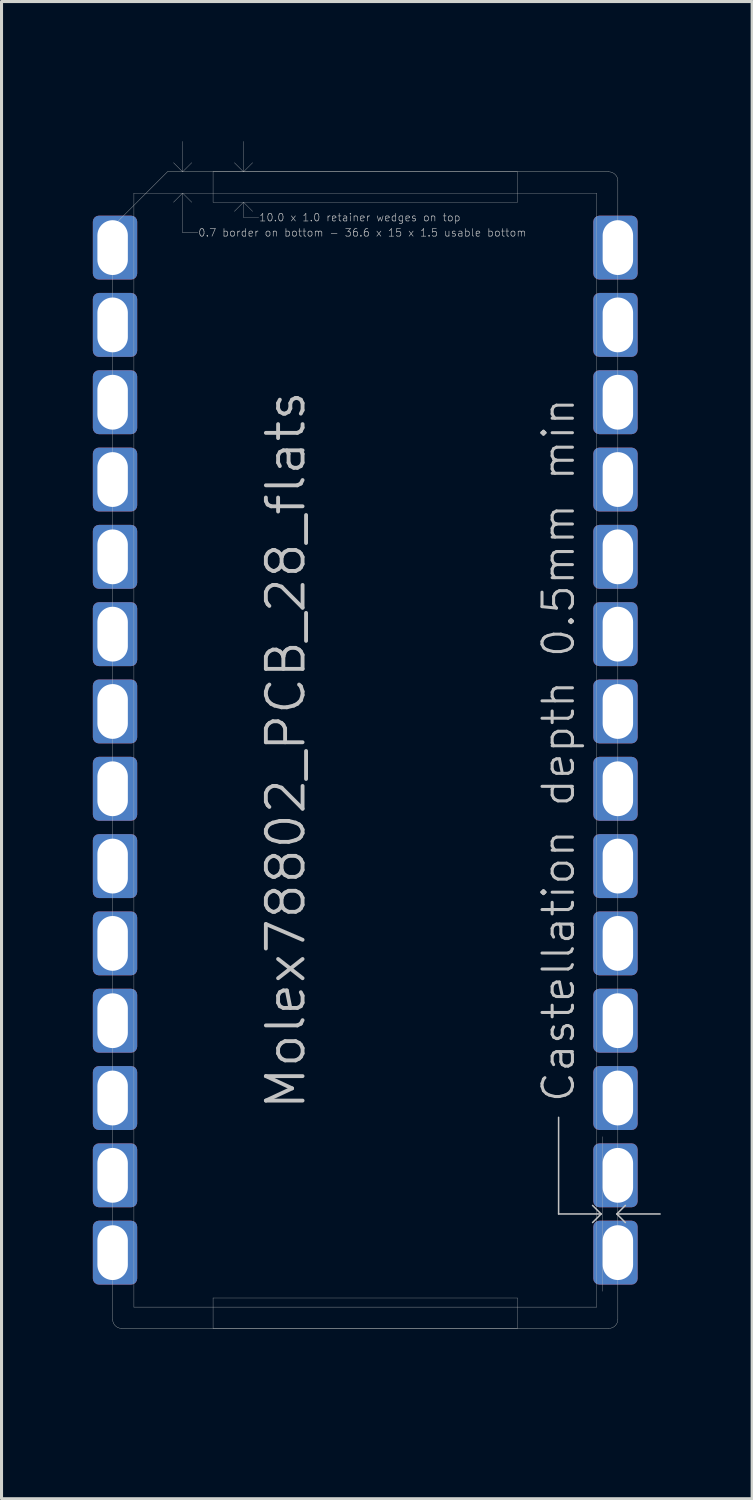
<source format=kicad_pcb>
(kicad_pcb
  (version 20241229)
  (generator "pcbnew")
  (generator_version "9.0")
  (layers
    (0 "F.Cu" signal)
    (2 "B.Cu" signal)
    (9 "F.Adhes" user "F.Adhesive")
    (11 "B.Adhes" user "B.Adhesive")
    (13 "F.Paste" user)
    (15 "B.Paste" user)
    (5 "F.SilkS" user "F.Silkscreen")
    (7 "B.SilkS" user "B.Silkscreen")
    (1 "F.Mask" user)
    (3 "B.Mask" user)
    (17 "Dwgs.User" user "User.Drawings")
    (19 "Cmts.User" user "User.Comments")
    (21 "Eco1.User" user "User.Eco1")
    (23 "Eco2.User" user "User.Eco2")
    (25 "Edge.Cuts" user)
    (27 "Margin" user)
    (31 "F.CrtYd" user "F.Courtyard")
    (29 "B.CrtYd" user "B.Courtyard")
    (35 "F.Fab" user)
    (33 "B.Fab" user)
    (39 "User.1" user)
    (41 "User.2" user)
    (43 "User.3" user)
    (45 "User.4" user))
  (footprint "Molex78802_PCB_28_flats"
    (layer "F.Cu")
    (at 8.95 21.595)
    (property "Reference" "Molex78802_PCB_28_flats" (at -1.905 0 270) (layer "Dwgs.User") (effects (font (size 1.206 1.206) (thickness 0.127)) (justify bottom)))
    (attr exclude_from_pos_files exclude_from_bom)
    (fp_line (start -8.3 -16.91) (end -8.3 -16.11) (stroke (width 1.2) (type solid)) (layer "F.Mask"))
    (fp_line (start -8.3 -14.37) (end -8.3 -13.57) (stroke (width 1.2) (type solid)) (layer "F.Mask"))
    (fp_line (start -8.3 -11.83) (end -8.3 -11.03) (stroke (width 1.2) (type solid)) (layer "F.Mask"))
    (fp_line (start -8.3 -9.29) (end -8.3 -8.49) (stroke (width 1.2) (type solid)) (layer "F.Mask"))
    (fp_line (start -8.3 -6.75) (end -8.3 -5.95) (stroke (width 1.2) (type solid)) (layer "F.Mask"))
    (fp_line (start -8.3 -4.21) (end -8.3 -3.41) (stroke (width 1.2) (type solid)) (layer "F.Mask"))
    (fp_line (start -8.3 -1.67) (end -8.3 -0.87) (stroke (width 1.2) (type solid)) (layer "F.Mask"))
    (fp_line (start -8.3 0.87) (end -8.3 1.67) (stroke (width 1.2) (type solid)) (layer "F.Mask"))
    (fp_line (start -8.3 3.41) (end -8.3 4.21) (stroke (width 1.2) (type solid)) (layer "F.Mask"))
    (fp_line (start -8.3 5.95) (end -8.3 6.75) (stroke (width 1.2) (type solid)) (layer "F.Mask"))
    (fp_line (start -8.3 8.49) (end -8.3 9.29) (stroke (width 1.2) (type solid)) (layer "F.Mask"))
    (fp_line (start -8.3 11.03) (end -8.3 11.83) (stroke (width 1.2) (type solid)) (layer "F.Mask"))
    (fp_line (start -8.3 13.57) (end -8.3 14.37) (stroke (width 1.2) (type solid)) (layer "F.Mask"))
    (fp_line (start -8.3 16.11) (end -8.3 16.91) (stroke (width 1.2) (type solid)) (layer "F.Mask"))
    (fp_line (start 8.3 -16.91) (end 8.3 -16.11) (stroke (width 1.2) (type solid)) (layer "F.Mask"))
    (fp_line (start 8.3 -14.37) (end 8.3 -13.57) (stroke (width 1.2) (type solid)) (layer "F.Mask"))
    (fp_line (start 8.3 -11.83) (end 8.3 -11.03) (stroke (width 1.2) (type solid)) (layer "F.Mask"))
    (fp_line (start 8.3 -9.29) (end 8.3 -8.49) (stroke (width 1.2) (type solid)) (layer "F.Mask"))
    (fp_line (start 8.3 -6.75) (end 8.3 -5.95) (stroke (width 1.2) (type solid)) (layer "F.Mask"))
    (fp_line (start 8.3 -4.21) (end 8.3 -3.41) (stroke (width 1.2) (type solid)) (layer "F.Mask"))
    (fp_line (start 8.3 -1.67) (end 8.3 -0.87) (stroke (width 1.2) (type solid)) (layer "F.Mask"))
    (fp_line (start 8.3 0.87) (end 8.3 1.67) (stroke (width 1.2) (type solid)) (layer "F.Mask"))
    (fp_line (start 8.3 3.41) (end 8.3 4.21) (stroke (width 1.2) (type solid)) (layer "F.Mask"))
    (fp_line (start 8.3 5.95) (end 8.3 6.75) (stroke (width 1.2) (type solid)) (layer "F.Mask"))
    (fp_line (start 8.3 8.49) (end 8.3 9.29) (stroke (width 1.2) (type solid)) (layer "F.Mask"))
    (fp_line (start 8.3 11.03) (end 8.3 11.83) (stroke (width 1.2) (type solid)) (layer "F.Mask"))
    (fp_line (start 8.3 13.57) (end 8.3 14.37) (stroke (width 1.2) (type solid)) (layer "F.Mask"))
    (fp_line (start 8.3 16.11) (end 8.3 16.91) (stroke (width 1.2) (type solid)) (layer "F.Mask"))
    (fp_line (start -8.3 -16.91) (end -8.3 -16.11) (stroke (width 1.2) (type solid)) (layer "B.Mask"))
    (fp_line (start -8.3 -14.37) (end -8.3 -13.57) (stroke (width 1.2) (type solid)) (layer "B.Mask"))
    (fp_line (start -8.3 -11.83) (end -8.3 -11.03) (stroke (width 1.2) (type solid)) (layer "B.Mask"))
    (fp_line (start -8.3 -9.29) (end -8.3 -8.49) (stroke (width 1.2) (type solid)) (layer "B.Mask"))
    (fp_line (start -8.3 -6.75) (end -8.3 -5.95) (stroke (width 1.2) (type solid)) (layer "B.Mask"))
    (fp_line (start -8.3 -4.21) (end -8.3 -3.41) (stroke (width 1.2) (type solid)) (layer "B.Mask"))
    (fp_line (start -8.3 -1.67) (end -8.3 -0.87) (stroke (width 1.2) (type solid)) (layer "B.Mask"))
    (fp_line (start -8.3 0.87) (end -8.3 1.67) (stroke (width 1.2) (type solid)) (layer "B.Mask"))
    (fp_line (start -8.3 3.41) (end -8.3 4.21) (stroke (width 1.2) (type solid)) (layer "B.Mask"))
    (fp_line (start -8.3 5.95) (end -8.3 6.75) (stroke (width 1.2) (type solid)) (layer "B.Mask"))
    (fp_line (start -8.3 8.49) (end -8.3 9.29) (stroke (width 1.2) (type solid)) (layer "B.Mask"))
    (fp_line (start -8.3 11.03) (end -8.3 11.83) (stroke (width 1.2) (type solid)) (layer "B.Mask"))
    (fp_line (start -8.3 13.57) (end -8.3 14.37) (stroke (width 1.2) (type solid)) (layer "B.Mask"))
    (fp_line (start -8.3 16.11) (end -8.3 16.91) (stroke (width 1.2) (type solid)) (layer "B.Mask"))
    (fp_line (start 8.3 -16.91) (end 8.3 -16.11) (stroke (width 1.2) (type solid)) (layer "B.Mask"))
    (fp_line (start 8.3 -14.37) (end 8.3 -13.57) (stroke (width 1.2) (type solid)) (layer "B.Mask"))
    (fp_line (start 8.3 -11.83) (end 8.3 -11.03) (stroke (width 1.2) (type solid)) (layer "B.Mask"))
    (fp_line (start 8.3 -9.29) (end 8.3 -8.49) (stroke (width 1.2) (type solid)) (layer "B.Mask"))
    (fp_line (start 8.3 -6.75) (end 8.3 -5.95) (stroke (width 1.2) (type solid)) (layer "B.Mask"))
    (fp_line (start 8.3 -4.21) (end 8.3 -3.41) (stroke (width 1.2) (type solid)) (layer "B.Mask"))
    (fp_line (start 8.3 -1.67) (end 8.3 -0.87) (stroke (width 1.2) (type solid)) (layer "B.Mask"))
    (fp_line (start 8.3 0.87) (end 8.3 1.67) (stroke (width 1.2) (type solid)) (layer "B.Mask"))
    (fp_line (start 8.3 3.41) (end 8.3 4.21) (stroke (width 1.2) (type solid)) (layer "B.Mask"))
    (fp_line (start 8.3 5.95) (end 8.3 6.75) (stroke (width 1.2) (type solid)) (layer "B.Mask"))
    (fp_line (start 8.3 8.49) (end 8.3 9.29) (stroke (width 1.2) (type solid)) (layer "B.Mask"))
    (fp_line (start 8.3 11.03) (end 8.3 11.83) (stroke (width 1.2) (type solid)) (layer "B.Mask"))
    (fp_line (start 8.3 13.57) (end 8.3 14.37) (stroke (width 1.2) (type solid)) (layer "B.Mask"))
    (fp_line (start 8.3 16.11) (end 8.3 16.91) (stroke (width 1.2) (type solid)) (layer "B.Mask"))
    (fp_line (start -7.6 -18.3) (end -7.6 18.3) (stroke (width 0.01) (type solid)) (layer "Dwgs.User"))
    (fp_line (start -7.6 -18.3) (end 7.6 -18.3) (stroke (width 0.01) (type solid)) (layer "Dwgs.User"))
    (fp_line (start -7.6 18.3) (end 7.6 18.3) (stroke (width 0.01) (type solid)) (layer "Dwgs.User"))
    (fp_line (start -6 -19) (end -6.3 -19.3) (stroke (width 0.01) (type solid)) (layer "Dwgs.User"))
    (fp_line (start -6 -19) (end -6 -20) (stroke (width 0.01) (type solid)) (layer "Dwgs.User"))
    (fp_line (start -6 -19) (end -5.7 -19.3) (stroke (width 0.01) (type solid)) (layer "Dwgs.User"))
    (fp_line (start -6 -18.3) (end -6.3 -18) (stroke (width 0.01) (type solid)) (layer "Dwgs.User"))
    (fp_line (start -6 -18.3) (end -6 -17) (stroke (width 0.01) (type solid)) (layer "Dwgs.User"))
    (fp_line (start -6 -18.3) (end -5.7 -18) (stroke (width 0.01) (type solid)) (layer "Dwgs.User"))
    (fp_line (start -6 -17) (end -5.5 -17) (stroke (width 0.01) (type solid)) (layer "Dwgs.User"))
    (fp_line (start -5 -19) (end -5 -18) (stroke (width 0.01) (type solid)) (layer "Dwgs.User"))
    (fp_line (start -5 -18) (end 5 -18) (stroke (width 0.01) (type solid)) (layer "Dwgs.User"))
    (fp_line (start -5 18) (end -5 19) (stroke (width 0.01) (type solid)) (layer "Dwgs.User"))
    (fp_line (start -5 18) (end 5 18) (stroke (width 0.01) (type solid)) (layer "Dwgs.User"))
    (fp_line (start -5 19) (end 5 19) (stroke (width 0.01) (type solid)) (layer "Dwgs.User"))
    (fp_line (start -4 -19) (end -4.3 -19.3) (stroke (width 0.01) (type solid)) (layer "Dwgs.User"))
    (fp_line (start -4 -19) (end -4 -20) (stroke (width 0.01) (type solid)) (layer "Dwgs.User"))
    (fp_line (start -4 -19) (end -3.7 -19.3) (stroke (width 0.01) (type solid)) (layer "Dwgs.User"))
    (fp_line (start -4 -18) (end -4.3 -17.7) (stroke (width 0.01) (type solid)) (layer "Dwgs.User"))
    (fp_line (start -4 -18) (end -4 -17.5) (stroke (width 0.01) (type solid)) (layer "Dwgs.User"))
    (fp_line (start -4 -18) (end -3.7 -17.7) (stroke (width 0.01) (type solid)) (layer "Dwgs.User"))
    (fp_line (start -4 -17.5) (end -3.5 -17.5) (stroke (width 0.01) (type solid)) (layer "Dwgs.User"))
    (fp_line (start 5 -19) (end -5 -19) (stroke (width 0.01) (type solid)) (layer "Dwgs.User"))
    (fp_line (start 5 -18) (end 5 -19) (stroke (width 0.01) (type solid)) (layer "Dwgs.User"))
    (fp_line (start 5 19) (end 5 18) (stroke (width 0.01) (type solid)) (layer "Dwgs.User"))
    (fp_line (start 6.353 12.065) (end 6.353 15.24) (stroke (width 0.05) (type solid)) (layer "Dwgs.User"))
    (fp_line (start 6.353 15.24) (end 7.75 15.24) (stroke (width 0.05) (type solid)) (layer "Dwgs.User"))
    (fp_line (start 7.47 14.96) (end 7.75 15.24) (stroke (width 0.05) (type solid)) (layer "Dwgs.User"))
    (fp_line (start 7.6 -18.3) (end 7.6 18.3) (stroke (width 0.01) (type solid)) (layer "Dwgs.User"))
    (fp_line (start 7.75 15.24) (end 7.47 15.52) (stroke (width 0.05) (type solid)) (layer "Dwgs.User"))
    (fp_line (start 7.8 17.78) (end 7.8 12.7) (stroke (width 0.01) (type solid)) (layer "Dwgs.User"))
    (fp_line (start 8.265 15.24) (end 8.545 15.52) (stroke (width 0.05) (type solid)) (layer "Dwgs.User"))
    (fp_line (start 8.29 15.24) (end 9.687 15.24) (stroke (width 0.05) (type solid)) (layer "Dwgs.User"))
    (fp_line (start 8.545 14.96) (end 8.265 15.24) (stroke (width 0.05) (type solid)) (layer "Dwgs.User"))
    (fp_line (start -8.26 -19.05) (end -0.762 -19.05) (stroke (width 0.01) (type solid)) (layer "Eco1.User"))
    (fp_line (start -8.26 19.05) (end -8.26 -19.05) (stroke (width 0.01) (type solid)) (layer "Eco1.User"))
    (fp_line (start -8.26 19.05) (end -4.559 19.05) (stroke (width 0.01) (type solid)) (layer "Eco1.User"))
    (fp_line (start -4.559 19.05) (end -4.559 21.59) (stroke (width 0.01) (type solid)) (layer "Eco1.User"))
    (fp_line (start -4.559 21.59) (end -3.035 21.59) (stroke (width 0.01) (type solid)) (layer "Eco1.User"))
    (fp_line (start -3.035 21.59) (end -3.035 19.05) (stroke (width 0.01) (type solid)) (layer "Eco1.User"))
    (fp_line (start -0.762 -21.59) (end 0.762 -21.59) (stroke (width 0.01) (type solid)) (layer "Eco1.User"))
    (fp_line (start -0.762 -19.05) (end -0.762 -21.59) (stroke (width 0.01) (type solid)) (layer "Eco1.User"))
    (fp_line (start 0.762 -21.59) (end 0.762 -19.05) (stroke (width 0.01) (type solid)) (layer "Eco1.User"))
    (fp_line (start 0.762 -19.05) (end 8.26 -19.05) (stroke (width 0.01) (type solid)) (layer "Eco1.User"))
    (fp_line (start 3.035 19.05) (end -3.035 19.05) (stroke (width 0.01) (type solid)) (layer "Eco1.User"))
    (fp_line (start 3.035 21.59) (end 3.035 19.05) (stroke (width 0.01) (type solid)) (layer "Eco1.User"))
    (fp_line (start 4.559 19.05) (end 4.559 21.59) (stroke (width 0.01) (type solid)) (layer "Eco1.User"))
    (fp_line (start 4.559 19.05) (end 8.26 19.05) (stroke (width 0.01) (type solid)) (layer "Eco1.User"))
    (fp_line (start 4.559 21.59) (end 3.035 21.59) (stroke (width 0.01) (type solid)) (layer "Eco1.User"))
    (fp_line (start 8.26 19.05) (end 8.26 -19.05) (stroke (width 0.01) (type solid)) (layer "Eco1.User"))
    (fp_line (start -8.3 -17.2) (end -8.3 18.7) (stroke (width 0.01) (type solid)) (layer "Edge.Cuts"))
    (fp_line (start -8 19) (end 8 19) (stroke (width 0.01) (type solid)) (layer "Edge.Cuts"))
    (fp_line (start -6.5 -19) (end -8.3 -17.2) (stroke (width 0.01) (type solid)) (layer "Edge.Cuts"))
    (fp_line (start 8 -19) (end -6.5 -19) (stroke (width 0.01) (type solid)) (layer "Edge.Cuts"))
    (fp_line (start 8.3 18.7) (end 8.3 -18.7) (stroke (width 0.01) (type solid)) (layer "Edge.Cuts"))
    (fp_arc (start -8 19) (mid -8.212132 18.912132) (end -8.3 18.7) (stroke (width 0.01) (type solid)) (layer "Edge.Cuts"))
    (fp_arc (start 8 -19) (mid 8.212132 -18.912132) (end 8.3 -18.7) (stroke (width 0.01) (type solid)) (layer "Edge.Cuts"))
    (fp_arc (start 8.3 18.7) (mid 8.212132 18.912132) (end 8 19) (stroke (width 0.01) (type solid)) (layer "Edge.Cuts"))
    (fp_text user "10.0 x 1.0 retainer wedges on top" (at -3.5 -17.5 0) (layer "Dwgs.User") (effects (font (size 0.25 0.25) (thickness 0.02)) (justify left)))
    (fp_text user "0.7 border on bottom - 36.6 x 15 x 1.5 usable bottom" (at -5.5 -17 0) (layer "Dwgs.User") (effects (font (size 0.25 0.25) (thickness 0.02)) (justify left)))
    (fp_text user "Castellation depth 0.5mm min" (at 6.35 0 270) (layer "Dwgs.User") (effects (font (size 1 1) (thickness 0.1))))
    (fp_text user "Eco1.User alternate Edge.Cuts for use without carrier." (at -4.445 0 270) (layer "Eco1.User") (effects (font (size 0.8 0.8) (thickness 0.05))))
    (pad "1" thru_hole roundrect (at -8.3 -16.51) (size 1.457 2.1) (drill oval 1 1.8 (offset 0.079 0)) (property pad_prop_castellated) (layers "*.Cu") (roundrect_rratio 0.137))
    (pad "2" thru_hole roundrect (at -8.3 -13.97) (size 1.457 2.1) (drill oval 1 1.8 (offset 0.079 0)) (property pad_prop_castellated) (layers "*.Cu") (roundrect_rratio 0.137))
    (pad "3" thru_hole roundrect (at -8.3 -11.43) (size 1.457 2.1) (drill oval 1 1.8 (offset 0.079 0)) (property pad_prop_castellated) (layers "*.Cu") (roundrect_rratio 0.137))
    (pad "4" thru_hole roundrect (at -8.3 -8.89) (size 1.457 2.1) (drill oval 1 1.8 (offset 0.079 0)) (property pad_prop_castellated) (layers "*.Cu") (roundrect_rratio 0.137))
    (pad "5" thru_hole roundrect (at -8.3 -6.35) (size 1.457 2.1) (drill oval 1 1.8 (offset 0.079 0)) (property pad_prop_castellated) (layers "*.Cu") (roundrect_rratio 0.137))
    (pad "6" thru_hole roundrect (at -8.3 -3.81) (size 1.457 2.1) (drill oval 1 1.8 (offset 0.079 0)) (property pad_prop_castellated) (layers "*.Cu") (roundrect_rratio 0.137))
    (pad "7" thru_hole roundrect (at -8.3 -1.27) (size 1.457 2.1) (drill oval 1 1.8 (offset 0.079 0)) (property pad_prop_castellated) (layers "*.Cu") (roundrect_rratio 0.137))
    (pad "8" thru_hole roundrect (at -8.3 1.27) (size 1.457 2.1) (drill oval 1 1.8 (offset 0.079 0)) (property pad_prop_castellated) (layers "*.Cu") (roundrect_rratio 0.137))
    (pad "9" thru_hole roundrect (at -8.3 3.81) (size 1.457 2.1) (drill oval 1 1.8 (offset 0.079 0)) (property pad_prop_castellated) (layers "*.Cu") (roundrect_rratio 0.137))
    (pad "10" thru_hole roundrect (at -8.3 6.35) (size 1.457 2.1) (drill oval 1 1.8 (offset 0.079 0)) (property pad_prop_castellated) (layers "*.Cu") (roundrect_rratio 0.137))
    (pad "11" thru_hole roundrect (at -8.3 8.89) (size 1.457 2.1) (drill oval 1 1.8 (offset 0.079 0)) (property pad_prop_castellated) (layers "*.Cu") (roundrect_rratio 0.137))
    (pad "12" thru_hole roundrect (at -8.3 11.43) (size 1.457 2.1) (drill oval 1 1.8 (offset 0.079 0)) (property pad_prop_castellated) (layers "*.Cu") (roundrect_rratio 0.137))
    (pad "13" thru_hole roundrect (at -8.3 13.97) (size 1.457 2.1) (drill oval 1 1.8 (offset 0.079 0)) (property pad_prop_castellated) (layers "*.Cu") (roundrect_rratio 0.137))
    (pad "14" thru_hole roundrect (at -8.3 16.51) (size 1.457 2.1) (drill oval 1 1.8 (offset 0.079 0)) (property pad_prop_castellated) (layers "*.Cu") (roundrect_rratio 0.137))
    (pad "15" thru_hole roundrect (at 8.3 16.51) (size 1.457 2.1) (drill oval 1 1.8 (offset -0.079 0)) (property pad_prop_castellated) (layers "*.Cu") (roundrect_rratio 0.137))
    (pad "16" thru_hole roundrect (at 8.3 13.97) (size 1.457 2.1) (drill oval 1 1.8 (offset -0.079 0)) (property pad_prop_castellated) (layers "*.Cu") (roundrect_rratio 0.137))
    (pad "17" thru_hole roundrect (at 8.3 11.43) (size 1.457 2.1) (drill oval 1 1.8 (offset -0.079 0)) (property pad_prop_castellated) (layers "*.Cu") (roundrect_rratio 0.137))
    (pad "18" thru_hole roundrect (at 8.3 8.89) (size 1.457 2.1) (drill oval 1 1.8 (offset -0.079 0)) (property pad_prop_castellated) (layers "*.Cu") (roundrect_rratio 0.137))
    (pad "19" thru_hole roundrect (at 8.3 6.35) (size 1.457 2.1) (drill oval 1 1.8 (offset -0.079 0)) (property pad_prop_castellated) (layers "*.Cu") (roundrect_rratio 0.137))
    (pad "20" thru_hole roundrect (at 8.3 3.81) (size 1.457 2.1) (drill oval 1 1.8 (offset -0.079 0)) (property pad_prop_castellated) (layers "*.Cu") (roundrect_rratio 0.137))
    (pad "21" thru_hole roundrect (at 8.3 1.27) (size 1.457 2.1) (drill oval 1 1.8 (offset -0.079 0)) (property pad_prop_castellated) (layers "*.Cu") (roundrect_rratio 0.137))
    (pad "22" thru_hole roundrect (at 8.3 -1.27) (size 1.457 2.1) (drill oval 1 1.8 (offset -0.079 0)) (property pad_prop_castellated) (layers "*.Cu") (roundrect_rratio 0.137))
    (pad "23" thru_hole roundrect (at 8.3 -3.81) (size 1.457 2.1) (drill oval 1 1.8 (offset -0.079 0)) (property pad_prop_castellated) (layers "*.Cu") (roundrect_rratio 0.137))
    (pad "24" thru_hole roundrect (at 8.3 -6.35) (size 1.457 2.1) (drill oval 1 1.8 (offset -0.079 0)) (property pad_prop_castellated) (layers "*.Cu") (roundrect_rratio 0.137))
    (pad "25" thru_hole roundrect (at 8.3 -8.89) (size 1.457 2.1) (drill oval 1 1.8 (offset -0.079 0)) (property pad_prop_castellated) (layers "*.Cu") (roundrect_rratio 0.137))
    (pad "26" thru_hole roundrect (at 8.3 -11.43) (size 1.457 2.1) (drill oval 1 1.8 (offset -0.079 0)) (property pad_prop_castellated) (layers "*.Cu") (roundrect_rratio 0.137))
    (pad "27" thru_hole roundrect (at 8.3 -13.97) (size 1.457 2.1) (drill oval 1 1.8 (offset -0.079 0)) (property pad_prop_castellated) (layers "*.Cu") (roundrect_rratio 0.137))
    (pad "28" thru_hole roundrect (at 8.3 -16.51) (size 1.457 2.1) (drill oval 1 1.8 (offset -0.079 0)) (property pad_prop_castellated) (layers "*.Cu") (roundrect_rratio 0.137)))
  (gr_rect
    (start -3 -3)
    (end 21.662 46.19)
    (stroke (width 0.1) (type default))
    (fill no)
    (layer "Edge.Cuts")))
</source>
